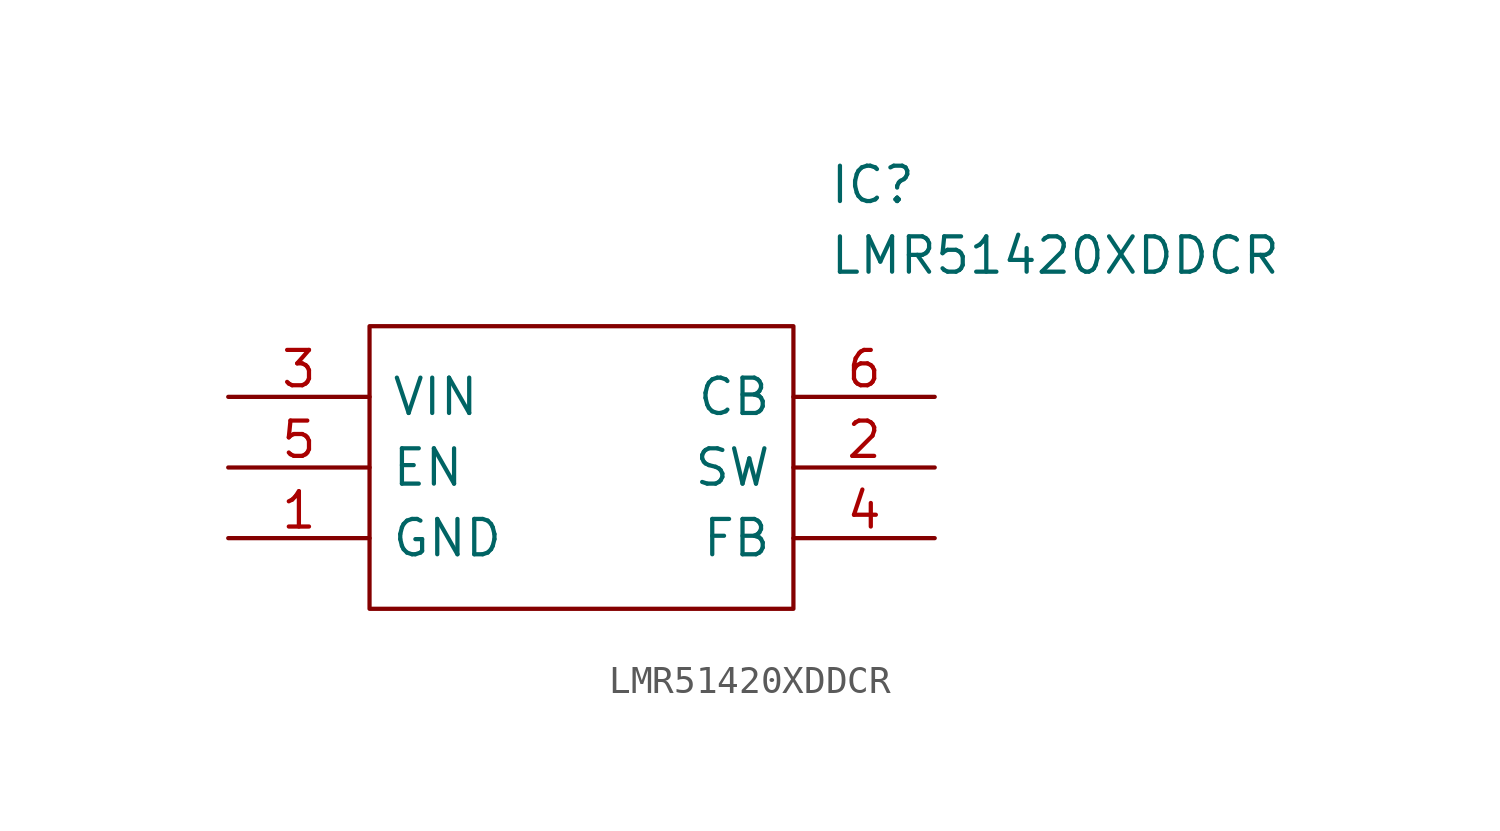
<source format=kicad_sym>
(kicad_symbol_lib
  (version 20211014)
  (generator kicad_symbol_editor)
  (symbol "LMR51420XDDCR"
    (pin_names
      (offset 0.762))
    (property "Reference" "IC"
      (at 21.59 7.62 0)
      (effects (font (size 1.27 1.27)) (justify left)))
    (property "Value" "LMR51420XDDCR"
      (at 21.59 5.08 0)
      (effects (font (size 1.27 1.27)) (justify left)))
    (symbol "LMR51420XDDCR_0_0"
      (pin passive line (at 0 -5.08 0) (length 5.08) (name "GND" (effects (font (size 1.27 1.27)))) (number "1" (effects (font (size 1.27 1.27)))))
      (pin passive line (at 25.4 -2.54 180) (length 5.08) (name "SW" (effects (font (size 1.27 1.27)))) (number "2" (effects (font (size 1.27 1.27)))))
      (pin passive line (at 0 0 0) (length 5.08) (name "VIN" (effects (font (size 1.27 1.27)))) (number "3" (effects (font (size 1.27 1.27)))))
      (pin passive line (at 25.4 -5.08 180) (length 5.08) (name "FB" (effects (font (size 1.27 1.27)))) (number "4" (effects (font (size 1.27 1.27)))))
      (pin passive line (at 0 -2.54 0) (length 5.08) (name "EN" (effects (font (size 1.27 1.27)))) (number "5" (effects (font (size 1.27 1.27)))))
      (pin passive line (at 25.4 0 180) (length 5.08) (name "CB" (effects (font (size 1.27 1.27)))) (number "6" (effects (font (size 1.27 1.27))))))
    (symbol "LMR51420XDDCR_0_1"
      (polyline (pts (xy 5.08 2.54) (xy 20.32 2.54) (xy 20.32 -7.62) (xy 5.08 -7.62) (xy 5.08 2.54)) (stroke (width 0.152) (type default) (color 0 0 0 0)) (fill (type none))))))
</source>
